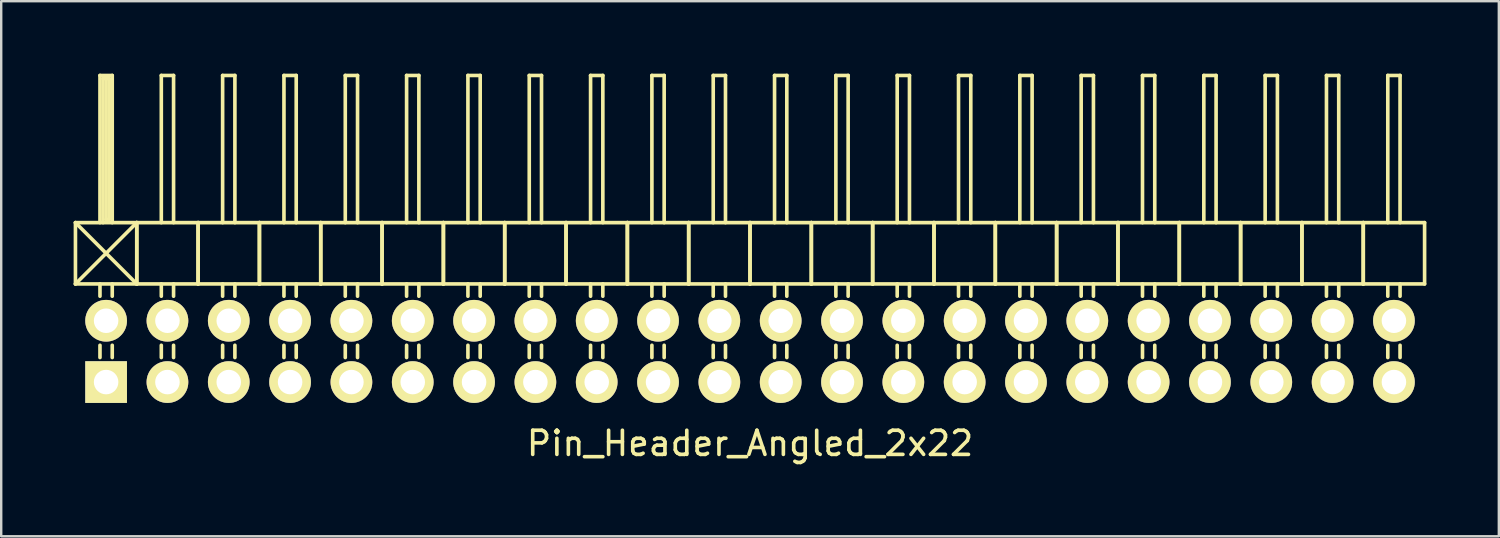
<source format=kicad_pcb>
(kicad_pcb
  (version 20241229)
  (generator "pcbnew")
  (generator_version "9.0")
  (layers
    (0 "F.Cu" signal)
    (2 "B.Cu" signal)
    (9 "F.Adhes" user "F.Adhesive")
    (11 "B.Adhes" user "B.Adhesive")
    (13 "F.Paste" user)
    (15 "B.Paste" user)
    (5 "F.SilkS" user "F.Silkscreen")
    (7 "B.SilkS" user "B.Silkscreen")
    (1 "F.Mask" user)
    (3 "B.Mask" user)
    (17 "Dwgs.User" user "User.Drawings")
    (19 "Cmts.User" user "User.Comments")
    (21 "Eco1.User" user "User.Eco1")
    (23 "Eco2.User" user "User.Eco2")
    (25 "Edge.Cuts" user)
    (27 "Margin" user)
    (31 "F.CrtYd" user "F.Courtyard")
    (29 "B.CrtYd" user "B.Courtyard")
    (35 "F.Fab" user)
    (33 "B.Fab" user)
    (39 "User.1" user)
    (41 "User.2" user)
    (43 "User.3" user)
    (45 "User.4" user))
  (footprint "Pin_Header_Angled_2x22"
    (layer "F.Cu")
    (at 28.015 11.505)
    (property "Reference" "Pin_Header_Angled_2x22" (at 0 3.81 0) (layer "F.SilkS") (effects (font (size 1 1) (thickness 0.15))))
    (attr through_hole)
    (fp_line (start -27.94 -5.334) (end -25.4 -2.794) (stroke (width 0.15) (type solid)) (layer "F.SilkS"))
    (fp_line (start -27.94 -2.794) (end -27.94 -5.334) (stroke (width 0.15) (type solid)) (layer "F.SilkS"))
    (fp_line (start -27.94 -2.794) (end -25.4 -5.334) (stroke (width 0.15) (type solid)) (layer "F.SilkS"))
    (fp_line (start -27.94 -2.794) (end -25.4 -2.794) (stroke (width 0.15) (type solid)) (layer "F.SilkS"))
    (fp_line (start -26.924 -11.43) (end -26.416 -11.43) (stroke (width 0.15) (type solid)) (layer "F.SilkS"))
    (fp_line (start -26.924 -5.334) (end -26.924 -11.43) (stroke (width 0.15) (type solid)) (layer "F.SilkS"))
    (fp_line (start -26.924 -2.794) (end -26.924 -2.286) (stroke (width 0.15) (type solid)) (layer "F.SilkS"))
    (fp_line (start -26.924 -0.254) (end -26.924 0.254) (stroke (width 0.15) (type solid)) (layer "F.SilkS"))
    (fp_line (start -26.797 -11.303) (end -26.543 -11.303) (stroke (width 0.15) (type solid)) (layer "F.SilkS"))
    (fp_line (start -26.797 -5.334) (end -26.797 -11.303) (stroke (width 0.15) (type solid)) (layer "F.SilkS"))
    (fp_line (start -26.67 -5.461) (end -26.67 -11.303) (stroke (width 0.15) (type solid)) (layer "F.SilkS"))
    (fp_line (start -26.543 -11.303) (end -26.543 -5.461) (stroke (width 0.15) (type solid)) (layer "F.SilkS"))
    (fp_line (start -26.543 -5.461) (end -26.67 -5.461) (stroke (width 0.15) (type solid)) (layer "F.SilkS"))
    (fp_line (start -26.416 -11.43) (end -26.416 -5.334) (stroke (width 0.15) (type solid)) (layer "F.SilkS"))
    (fp_line (start -26.416 -2.794) (end -26.416 -2.286) (stroke (width 0.15) (type solid)) (layer "F.SilkS"))
    (fp_line (start -26.416 -0.254) (end -26.416 0.254) (stroke (width 0.15) (type solid)) (layer "F.SilkS"))
    (fp_line (start -25.4 -5.334) (end -27.94 -5.334) (stroke (width 0.15) (type solid)) (layer "F.SilkS"))
    (fp_line (start -25.4 -2.794) (end -25.4 -5.334) (stroke (width 0.15) (type solid)) (layer "F.SilkS"))
    (fp_line (start -25.4 -2.794) (end -25.4 -5.334) (stroke (width 0.15) (type solid)) (layer "F.SilkS"))
    (fp_line (start -25.4 -2.794) (end -22.86 -2.794) (stroke (width 0.15) (type solid)) (layer "F.SilkS"))
    (fp_line (start -24.384 -11.43) (end -23.876 -11.43) (stroke (width 0.15) (type solid)) (layer "F.SilkS"))
    (fp_line (start -24.384 -5.334) (end -24.384 -11.43) (stroke (width 0.15) (type solid)) (layer "F.SilkS"))
    (fp_line (start -24.384 -2.794) (end -24.384 -2.286) (stroke (width 0.15) (type solid)) (layer "F.SilkS"))
    (fp_line (start -24.384 -0.254) (end -24.384 0.254) (stroke (width 0.15) (type solid)) (layer "F.SilkS"))
    (fp_line (start -23.876 -11.43) (end -23.876 -5.334) (stroke (width 0.15) (type solid)) (layer "F.SilkS"))
    (fp_line (start -23.876 -2.794) (end -23.876 -2.286) (stroke (width 0.15) (type solid)) (layer "F.SilkS"))
    (fp_line (start -23.876 -0.254) (end -23.876 0.254) (stroke (width 0.15) (type solid)) (layer "F.SilkS"))
    (fp_line (start -22.86 -5.334) (end -25.4 -5.334) (stroke (width 0.15) (type solid)) (layer "F.SilkS"))
    (fp_line (start -22.86 -2.794) (end -22.86 -5.334) (stroke (width 0.15) (type solid)) (layer "F.SilkS"))
    (fp_line (start -22.86 -2.794) (end -22.86 -5.334) (stroke (width 0.15) (type solid)) (layer "F.SilkS"))
    (fp_line (start -22.86 -2.794) (end -20.32 -2.794) (stroke (width 0.15) (type solid)) (layer "F.SilkS"))
    (fp_line (start -21.844 -11.43) (end -21.336 -11.43) (stroke (width 0.15) (type solid)) (layer "F.SilkS"))
    (fp_line (start -21.844 -5.334) (end -21.844 -11.43) (stroke (width 0.15) (type solid)) (layer "F.SilkS"))
    (fp_line (start -21.844 -2.794) (end -21.844 -2.286) (stroke (width 0.15) (type solid)) (layer "F.SilkS"))
    (fp_line (start -21.844 -0.254) (end -21.844 0.254) (stroke (width 0.15) (type solid)) (layer "F.SilkS"))
    (fp_line (start -21.336 -11.43) (end -21.336 -5.334) (stroke (width 0.15) (type solid)) (layer "F.SilkS"))
    (fp_line (start -21.336 -2.794) (end -21.336 -2.286) (stroke (width 0.15) (type solid)) (layer "F.SilkS"))
    (fp_line (start -21.336 -0.254) (end -21.336 0.254) (stroke (width 0.15) (type solid)) (layer "F.SilkS"))
    (fp_line (start -20.32 -5.334) (end -22.86 -5.334) (stroke (width 0.15) (type solid)) (layer "F.SilkS"))
    (fp_line (start -20.32 -2.794) (end -20.32 -5.334) (stroke (width 0.15) (type solid)) (layer "F.SilkS"))
    (fp_line (start -20.32 -2.794) (end -20.32 -5.334) (stroke (width 0.15) (type solid)) (layer "F.SilkS"))
    (fp_line (start -20.32 -2.794) (end -17.78 -2.794) (stroke (width 0.15) (type solid)) (layer "F.SilkS"))
    (fp_line (start -19.304 -11.43) (end -18.796 -11.43) (stroke (width 0.15) (type solid)) (layer "F.SilkS"))
    (fp_line (start -19.304 -5.334) (end -19.304 -11.43) (stroke (width 0.15) (type solid)) (layer "F.SilkS"))
    (fp_line (start -19.304 -2.794) (end -19.304 -2.286) (stroke (width 0.15) (type solid)) (layer "F.SilkS"))
    (fp_line (start -19.304 -0.254) (end -19.304 0.254) (stroke (width 0.15) (type solid)) (layer "F.SilkS"))
    (fp_line (start -18.796 -11.43) (end -18.796 -5.334) (stroke (width 0.15) (type solid)) (layer "F.SilkS"))
    (fp_line (start -18.796 -2.794) (end -18.796 -2.286) (stroke (width 0.15) (type solid)) (layer "F.SilkS"))
    (fp_line (start -18.796 -0.254) (end -18.796 0.254) (stroke (width 0.15) (type solid)) (layer "F.SilkS"))
    (fp_line (start -17.78 -5.334) (end -20.32 -5.334) (stroke (width 0.15) (type solid)) (layer "F.SilkS"))
    (fp_line (start -17.78 -2.794) (end -17.78 -5.334) (stroke (width 0.15) (type solid)) (layer "F.SilkS"))
    (fp_line (start -17.78 -2.794) (end -17.78 -5.334) (stroke (width 0.15) (type solid)) (layer "F.SilkS"))
    (fp_line (start -17.78 -2.794) (end -15.24 -2.794) (stroke (width 0.15) (type solid)) (layer "F.SilkS"))
    (fp_line (start -16.764 -11.43) (end -16.256 -11.43) (stroke (width 0.15) (type solid)) (layer "F.SilkS"))
    (fp_line (start -16.764 -5.334) (end -16.764 -11.43) (stroke (width 0.15) (type solid)) (layer "F.SilkS"))
    (fp_line (start -16.764 -2.794) (end -16.764 -2.286) (stroke (width 0.15) (type solid)) (layer "F.SilkS"))
    (fp_line (start -16.764 -0.254) (end -16.764 0.254) (stroke (width 0.15) (type solid)) (layer "F.SilkS"))
    (fp_line (start -16.256 -11.43) (end -16.256 -5.334) (stroke (width 0.15) (type solid)) (layer "F.SilkS"))
    (fp_line (start -16.256 -2.794) (end -16.256 -2.286) (stroke (width 0.15) (type solid)) (layer "F.SilkS"))
    (fp_line (start -16.256 -0.254) (end -16.256 0.254) (stroke (width 0.15) (type solid)) (layer "F.SilkS"))
    (fp_line (start -15.24 -5.334) (end -17.78 -5.334) (stroke (width 0.15) (type solid)) (layer "F.SilkS"))
    (fp_line (start -15.24 -2.794) (end -15.24 -5.334) (stroke (width 0.15) (type solid)) (layer "F.SilkS"))
    (fp_line (start -15.24 -2.794) (end -15.24 -5.334) (stroke (width 0.15) (type solid)) (layer "F.SilkS"))
    (fp_line (start -15.24 -2.794) (end -12.7 -2.794) (stroke (width 0.15) (type solid)) (layer "F.SilkS"))
    (fp_line (start -14.224 -11.43) (end -13.716 -11.43) (stroke (width 0.15) (type solid)) (layer "F.SilkS"))
    (fp_line (start -14.224 -5.334) (end -14.224 -11.43) (stroke (width 0.15) (type solid)) (layer "F.SilkS"))
    (fp_line (start -14.224 -2.794) (end -14.224 -2.286) (stroke (width 0.15) (type solid)) (layer "F.SilkS"))
    (fp_line (start -14.224 -0.254) (end -14.224 0.254) (stroke (width 0.15) (type solid)) (layer "F.SilkS"))
    (fp_line (start -13.716 -11.43) (end -13.716 -5.334) (stroke (width 0.15) (type solid)) (layer "F.SilkS"))
    (fp_line (start -13.716 -2.794) (end -13.716 -2.286) (stroke (width 0.15) (type solid)) (layer "F.SilkS"))
    (fp_line (start -13.716 -0.254) (end -13.716 0.254) (stroke (width 0.15) (type solid)) (layer "F.SilkS"))
    (fp_line (start -12.7 -5.334) (end -15.24 -5.334) (stroke (width 0.15) (type solid)) (layer "F.SilkS"))
    (fp_line (start -12.7 -2.794) (end -12.7 -5.334) (stroke (width 0.15) (type solid)) (layer "F.SilkS"))
    (fp_line (start -12.7 -2.794) (end -12.7 -5.334) (stroke (width 0.15) (type solid)) (layer "F.SilkS"))
    (fp_line (start -12.7 -2.794) (end -10.16 -2.794) (stroke (width 0.15) (type solid)) (layer "F.SilkS"))
    (fp_line (start -11.684 -11.43) (end -11.176 -11.43) (stroke (width 0.15) (type solid)) (layer "F.SilkS"))
    (fp_line (start -11.684 -5.334) (end -11.684 -11.43) (stroke (width 0.15) (type solid)) (layer "F.SilkS"))
    (fp_line (start -11.684 -2.794) (end -11.684 -2.286) (stroke (width 0.15) (type solid)) (layer "F.SilkS"))
    (fp_line (start -11.684 -0.254) (end -11.684 0.254) (stroke (width 0.15) (type solid)) (layer "F.SilkS"))
    (fp_line (start -11.176 -11.43) (end -11.176 -5.334) (stroke (width 0.15) (type solid)) (layer "F.SilkS"))
    (fp_line (start -11.176 -2.794) (end -11.176 -2.286) (stroke (width 0.15) (type solid)) (layer "F.SilkS"))
    (fp_line (start -11.176 -0.254) (end -11.176 0.254) (stroke (width 0.15) (type solid)) (layer "F.SilkS"))
    (fp_line (start -10.16 -5.334) (end -12.7 -5.334) (stroke (width 0.15) (type solid)) (layer "F.SilkS"))
    (fp_line (start -10.16 -2.794) (end -10.16 -5.334) (stroke (width 0.15) (type solid)) (layer "F.SilkS"))
    (fp_line (start -10.16 -2.794) (end -10.16 -5.334) (stroke (width 0.15) (type solid)) (layer "F.SilkS"))
    (fp_line (start -10.16 -2.794) (end -7.62 -2.794) (stroke (width 0.15) (type solid)) (layer "F.SilkS"))
    (fp_line (start -9.144 -11.43) (end -8.636 -11.43) (stroke (width 0.15) (type solid)) (layer "F.SilkS"))
    (fp_line (start -9.144 -5.334) (end -9.144 -11.43) (stroke (width 0.15) (type solid)) (layer "F.SilkS"))
    (fp_line (start -9.144 -2.794) (end -9.144 -2.286) (stroke (width 0.15) (type solid)) (layer "F.SilkS"))
    (fp_line (start -9.144 -0.254) (end -9.144 0.254) (stroke (width 0.15) (type solid)) (layer "F.SilkS"))
    (fp_line (start -8.636 -11.43) (end -8.636 -5.334) (stroke (width 0.15) (type solid)) (layer "F.SilkS"))
    (fp_line (start -8.636 -2.794) (end -8.636 -2.286) (stroke (width 0.15) (type solid)) (layer "F.SilkS"))
    (fp_line (start -8.636 -0.254) (end -8.636 0.254) (stroke (width 0.15) (type solid)) (layer "F.SilkS"))
    (fp_line (start -7.62 -5.334) (end -10.16 -5.334) (stroke (width 0.15) (type solid)) (layer "F.SilkS"))
    (fp_line (start -7.62 -2.794) (end -7.62 -5.334) (stroke (width 0.15) (type solid)) (layer "F.SilkS"))
    (fp_line (start -7.62 -2.794) (end -7.62 -5.334) (stroke (width 0.15) (type solid)) (layer "F.SilkS"))
    (fp_line (start -7.62 -2.794) (end -5.08 -2.794) (stroke (width 0.15) (type solid)) (layer "F.SilkS"))
    (fp_line (start -6.604 -11.43) (end -6.096 -11.43) (stroke (width 0.15) (type solid)) (layer "F.SilkS"))
    (fp_line (start -6.604 -5.334) (end -6.604 -11.43) (stroke (width 0.15) (type solid)) (layer "F.SilkS"))
    (fp_line (start -6.604 -2.794) (end -6.604 -2.286) (stroke (width 0.15) (type solid)) (layer "F.SilkS"))
    (fp_line (start -6.604 -0.254) (end -6.604 0.254) (stroke (width 0.15) (type solid)) (layer "F.SilkS"))
    (fp_line (start -6.096 -11.43) (end -6.096 -5.334) (stroke (width 0.15) (type solid)) (layer "F.SilkS"))
    (fp_line (start -6.096 -2.794) (end -6.096 -2.286) (stroke (width 0.15) (type solid)) (layer "F.SilkS"))
    (fp_line (start -6.096 -0.254) (end -6.096 0.254) (stroke (width 0.15) (type solid)) (layer "F.SilkS"))
    (fp_line (start -5.08 -5.334) (end -7.62 -5.334) (stroke (width 0.15) (type solid)) (layer "F.SilkS"))
    (fp_line (start -5.08 -2.794) (end -5.08 -5.334) (stroke (width 0.15) (type solid)) (layer "F.SilkS"))
    (fp_line (start -5.08 -2.794) (end -5.08 -5.334) (stroke (width 0.15) (type solid)) (layer "F.SilkS"))
    (fp_line (start -5.08 -2.794) (end -2.54 -2.794) (stroke (width 0.15) (type solid)) (layer "F.SilkS"))
    (fp_line (start -4.064 -11.43) (end -3.556 -11.43) (stroke (width 0.15) (type solid)) (layer "F.SilkS"))
    (fp_line (start -4.064 -5.334) (end -4.064 -11.43) (stroke (width 0.15) (type solid)) (layer "F.SilkS"))
    (fp_line (start -4.064 -2.794) (end -4.064 -2.286) (stroke (width 0.15) (type solid)) (layer "F.SilkS"))
    (fp_line (start -4.064 -0.254) (end -4.064 0.254) (stroke (width 0.15) (type solid)) (layer "F.SilkS"))
    (fp_line (start -3.556 -11.43) (end -3.556 -5.334) (stroke (width 0.15) (type solid)) (layer "F.SilkS"))
    (fp_line (start -3.556 -2.794) (end -3.556 -2.286) (stroke (width 0.15) (type solid)) (layer "F.SilkS"))
    (fp_line (start -3.556 -0.254) (end -3.556 0.254) (stroke (width 0.15) (type solid)) (layer "F.SilkS"))
    (fp_line (start -2.54 -5.334) (end -5.08 -5.334) (stroke (width 0.15) (type solid)) (layer "F.SilkS"))
    (fp_line (start -2.54 -2.794) (end -2.54 -5.334) (stroke (width 0.15) (type solid)) (layer "F.SilkS"))
    (fp_line (start -2.54 -2.794) (end -2.54 -5.334) (stroke (width 0.15) (type solid)) (layer "F.SilkS"))
    (fp_line (start -2.54 -2.794) (end 0 -2.794) (stroke (width 0.15) (type solid)) (layer "F.SilkS"))
    (fp_line (start -1.524 -11.43) (end -1.016 -11.43) (stroke (width 0.15) (type solid)) (layer "F.SilkS"))
    (fp_line (start -1.524 -5.334) (end -1.524 -11.43) (stroke (width 0.15) (type solid)) (layer "F.SilkS"))
    (fp_line (start -1.524 -2.794) (end -1.524 -2.286) (stroke (width 0.15) (type solid)) (layer "F.SilkS"))
    (fp_line (start -1.524 -0.254) (end -1.524 0.254) (stroke (width 0.15) (type solid)) (layer "F.SilkS"))
    (fp_line (start -1.016 -11.43) (end -1.016 -5.334) (stroke (width 0.15) (type solid)) (layer "F.SilkS"))
    (fp_line (start -1.016 -2.794) (end -1.016 -2.286) (stroke (width 0.15) (type solid)) (layer "F.SilkS"))
    (fp_line (start -1.016 -0.254) (end -1.016 0.254) (stroke (width 0.15) (type solid)) (layer "F.SilkS"))
    (fp_line (start 0 -5.334) (end -2.54 -5.334) (stroke (width 0.15) (type solid)) (layer "F.SilkS"))
    (fp_line (start 0 -2.794) (end 0 -5.334) (stroke (width 0.15) (type solid)) (layer "F.SilkS"))
    (fp_line (start 0 -2.794) (end 0 -5.334) (stroke (width 0.15) (type solid)) (layer "F.SilkS"))
    (fp_line (start 0 -2.794) (end 2.54 -2.794) (stroke (width 0.15) (type solid)) (layer "F.SilkS"))
    (fp_line (start 1.016 -11.43) (end 1.524 -11.43) (stroke (width 0.15) (type solid)) (layer "F.SilkS"))
    (fp_line (start 1.016 -5.334) (end 1.016 -11.43) (stroke (width 0.15) (type solid)) (layer "F.SilkS"))
    (fp_line (start 1.016 -2.794) (end 1.016 -2.286) (stroke (width 0.15) (type solid)) (layer "F.SilkS"))
    (fp_line (start 1.016 -0.254) (end 1.016 0.254) (stroke (width 0.15) (type solid)) (layer "F.SilkS"))
    (fp_line (start 1.524 -11.43) (end 1.524 -5.334) (stroke (width 0.15) (type solid)) (layer "F.SilkS"))
    (fp_line (start 1.524 -2.794) (end 1.524 -2.286) (stroke (width 0.15) (type solid)) (layer "F.SilkS"))
    (fp_line (start 1.524 -0.254) (end 1.524 0.254) (stroke (width 0.15) (type solid)) (layer "F.SilkS"))
    (fp_line (start 2.54 -5.334) (end 0 -5.334) (stroke (width 0.15) (type solid)) (layer "F.SilkS"))
    (fp_line (start 2.54 -2.794) (end 2.54 -5.334) (stroke (width 0.15) (type solid)) (layer "F.SilkS"))
    (fp_line (start 2.54 -2.794) (end 2.54 -5.334) (stroke (width 0.15) (type solid)) (layer "F.SilkS"))
    (fp_line (start 2.54 -2.794) (end 5.08 -2.794) (stroke (width 0.15) (type solid)) (layer "F.SilkS"))
    (fp_line (start 3.556 -11.43) (end 4.064 -11.43) (stroke (width 0.15) (type solid)) (layer "F.SilkS"))
    (fp_line (start 3.556 -5.334) (end 3.556 -11.43) (stroke (width 0.15) (type solid)) (layer "F.SilkS"))
    (fp_line (start 3.556 -2.794) (end 3.556 -2.286) (stroke (width 0.15) (type solid)) (layer "F.SilkS"))
    (fp_line (start 3.556 -0.254) (end 3.556 0.254) (stroke (width 0.15) (type solid)) (layer "F.SilkS"))
    (fp_line (start 4.064 -11.43) (end 4.064 -5.334) (stroke (width 0.15) (type solid)) (layer "F.SilkS"))
    (fp_line (start 4.064 -2.794) (end 4.064 -2.286) (stroke (width 0.15) (type solid)) (layer "F.SilkS"))
    (fp_line (start 4.064 -0.254) (end 4.064 0.254) (stroke (width 0.15) (type solid)) (layer "F.SilkS"))
    (fp_line (start 5.08 -5.334) (end 2.54 -5.334) (stroke (width 0.15) (type solid)) (layer "F.SilkS"))
    (fp_line (start 5.08 -2.794) (end 5.08 -5.334) (stroke (width 0.15) (type solid)) (layer "F.SilkS"))
    (fp_line (start 5.08 -2.794) (end 5.08 -5.334) (stroke (width 0.15) (type solid)) (layer "F.SilkS"))
    (fp_line (start 5.08 -2.794) (end 7.62 -2.794) (stroke (width 0.15) (type solid)) (layer "F.SilkS"))
    (fp_line (start 6.096 -11.43) (end 6.604 -11.43) (stroke (width 0.15) (type solid)) (layer "F.SilkS"))
    (fp_line (start 6.096 -5.334) (end 6.096 -11.43) (stroke (width 0.15) (type solid)) (layer "F.SilkS"))
    (fp_line (start 6.096 -2.794) (end 6.096 -2.286) (stroke (width 0.15) (type solid)) (layer "F.SilkS"))
    (fp_line (start 6.096 -0.254) (end 6.096 0.254) (stroke (width 0.15) (type solid)) (layer "F.SilkS"))
    (fp_line (start 6.604 -11.43) (end 6.604 -5.334) (stroke (width 0.15) (type solid)) (layer "F.SilkS"))
    (fp_line (start 6.604 -2.794) (end 6.604 -2.286) (stroke (width 0.15) (type solid)) (layer "F.SilkS"))
    (fp_line (start 6.604 -0.254) (end 6.604 0.254) (stroke (width 0.15) (type solid)) (layer "F.SilkS"))
    (fp_line (start 7.62 -5.334) (end 5.08 -5.334) (stroke (width 0.15) (type solid)) (layer "F.SilkS"))
    (fp_line (start 7.62 -2.794) (end 7.62 -5.334) (stroke (width 0.15) (type solid)) (layer "F.SilkS"))
    (fp_line (start 7.62 -2.794) (end 7.62 -5.334) (stroke (width 0.15) (type solid)) (layer "F.SilkS"))
    (fp_line (start 7.62 -2.794) (end 10.16 -2.794) (stroke (width 0.15) (type solid)) (layer "F.SilkS"))
    (fp_line (start 8.636 -11.43) (end 9.144 -11.43) (stroke (width 0.15) (type solid)) (layer "F.SilkS"))
    (fp_line (start 8.636 -5.334) (end 8.636 -11.43) (stroke (width 0.15) (type solid)) (layer "F.SilkS"))
    (fp_line (start 8.636 -2.794) (end 8.636 -2.286) (stroke (width 0.15) (type solid)) (layer "F.SilkS"))
    (fp_line (start 8.636 -0.254) (end 8.636 0.254) (stroke (width 0.15) (type solid)) (layer "F.SilkS"))
    (fp_line (start 9.144 -11.43) (end 9.144 -5.334) (stroke (width 0.15) (type solid)) (layer "F.SilkS"))
    (fp_line (start 9.144 -2.794) (end 9.144 -2.286) (stroke (width 0.15) (type solid)) (layer "F.SilkS"))
    (fp_line (start 9.144 -0.254) (end 9.144 0.254) (stroke (width 0.15) (type solid)) (layer "F.SilkS"))
    (fp_line (start 10.16 -5.334) (end 7.62 -5.334) (stroke (width 0.15) (type solid)) (layer "F.SilkS"))
    (fp_line (start 10.16 -2.794) (end 10.16 -5.334) (stroke (width 0.15) (type solid)) (layer "F.SilkS"))
    (fp_line (start 10.16 -2.794) (end 10.16 -5.334) (stroke (width 0.15) (type solid)) (layer "F.SilkS"))
    (fp_line (start 10.16 -2.794) (end 12.7 -2.794) (stroke (width 0.15) (type solid)) (layer "F.SilkS"))
    (fp_line (start 11.176 -11.43) (end 11.684 -11.43) (stroke (width 0.15) (type solid)) (layer "F.SilkS"))
    (fp_line (start 11.176 -5.334) (end 11.176 -11.43) (stroke (width 0.15) (type solid)) (layer "F.SilkS"))
    (fp_line (start 11.176 -2.794) (end 11.176 -2.286) (stroke (width 0.15) (type solid)) (layer "F.SilkS"))
    (fp_line (start 11.176 -0.254) (end 11.176 0.254) (stroke (width 0.15) (type solid)) (layer "F.SilkS"))
    (fp_line (start 11.684 -11.43) (end 11.684 -5.334) (stroke (width 0.15) (type solid)) (layer "F.SilkS"))
    (fp_line (start 11.684 -2.794) (end 11.684 -2.286) (stroke (width 0.15) (type solid)) (layer "F.SilkS"))
    (fp_line (start 11.684 -0.254) (end 11.684 0.254) (stroke (width 0.15) (type solid)) (layer "F.SilkS"))
    (fp_line (start 12.7 -5.334) (end 10.16 -5.334) (stroke (width 0.15) (type solid)) (layer "F.SilkS"))
    (fp_line (start 12.7 -2.794) (end 12.7 -5.334) (stroke (width 0.15) (type solid)) (layer "F.SilkS"))
    (fp_line (start 12.7 -2.794) (end 12.7 -5.334) (stroke (width 0.15) (type solid)) (layer "F.SilkS"))
    (fp_line (start 12.7 -2.794) (end 15.24 -2.794) (stroke (width 0.15) (type solid)) (layer "F.SilkS"))
    (fp_line (start 13.716 -11.43) (end 14.224 -11.43) (stroke (width 0.15) (type solid)) (layer "F.SilkS"))
    (fp_line (start 13.716 -5.334) (end 13.716 -11.43) (stroke (width 0.15) (type solid)) (layer "F.SilkS"))
    (fp_line (start 13.716 -2.794) (end 13.716 -2.286) (stroke (width 0.15) (type solid)) (layer "F.SilkS"))
    (fp_line (start 13.716 -0.254) (end 13.716 0.254) (stroke (width 0.15) (type solid)) (layer "F.SilkS"))
    (fp_line (start 14.224 -11.43) (end 14.224 -5.334) (stroke (width 0.15) (type solid)) (layer "F.SilkS"))
    (fp_line (start 14.224 -2.794) (end 14.224 -2.286) (stroke (width 0.15) (type solid)) (layer "F.SilkS"))
    (fp_line (start 14.224 -0.254) (end 14.224 0.254) (stroke (width 0.15) (type solid)) (layer "F.SilkS"))
    (fp_line (start 15.24 -5.334) (end 12.7 -5.334) (stroke (width 0.15) (type solid)) (layer "F.SilkS"))
    (fp_line (start 15.24 -2.794) (end 15.24 -5.334) (stroke (width 0.15) (type solid)) (layer "F.SilkS"))
    (fp_line (start 15.24 -2.794) (end 15.24 -5.334) (stroke (width 0.15) (type solid)) (layer "F.SilkS"))
    (fp_line (start 15.24 -2.794) (end 17.78 -2.794) (stroke (width 0.15) (type solid)) (layer "F.SilkS"))
    (fp_line (start 16.256 -11.43) (end 16.764 -11.43) (stroke (width 0.15) (type solid)) (layer "F.SilkS"))
    (fp_line (start 16.256 -5.334) (end 16.256 -11.43) (stroke (width 0.15) (type solid)) (layer "F.SilkS"))
    (fp_line (start 16.256 -2.794) (end 16.256 -2.286) (stroke (width 0.15) (type solid)) (layer "F.SilkS"))
    (fp_line (start 16.256 -0.254) (end 16.256 0.254) (stroke (width 0.15) (type solid)) (layer "F.SilkS"))
    (fp_line (start 16.764 -11.43) (end 16.764 -5.334) (stroke (width 0.15) (type solid)) (layer "F.SilkS"))
    (fp_line (start 16.764 -2.794) (end 16.764 -2.286) (stroke (width 0.15) (type solid)) (layer "F.SilkS"))
    (fp_line (start 16.764 -0.254) (end 16.764 0.254) (stroke (width 0.15) (type solid)) (layer "F.SilkS"))
    (fp_line (start 17.78 -5.334) (end 15.24 -5.334) (stroke (width 0.15) (type solid)) (layer "F.SilkS"))
    (fp_line (start 17.78 -2.794) (end 17.78 -5.334) (stroke (width 0.15) (type solid)) (layer "F.SilkS"))
    (fp_line (start 17.78 -2.794) (end 17.78 -5.334) (stroke (width 0.15) (type solid)) (layer "F.SilkS"))
    (fp_line (start 17.78 -2.794) (end 20.32 -2.794) (stroke (width 0.15) (type solid)) (layer "F.SilkS"))
    (fp_line (start 18.796 -11.43) (end 19.304 -11.43) (stroke (width 0.15) (type solid)) (layer "F.SilkS"))
    (fp_line (start 18.796 -5.334) (end 18.796 -11.43) (stroke (width 0.15) (type solid)) (layer "F.SilkS"))
    (fp_line (start 18.796 -2.794) (end 18.796 -2.286) (stroke (width 0.15) (type solid)) (layer "F.SilkS"))
    (fp_line (start 18.796 -0.254) (end 18.796 0.254) (stroke (width 0.15) (type solid)) (layer "F.SilkS"))
    (fp_line (start 19.304 -11.43) (end 19.304 -5.334) (stroke (width 0.15) (type solid)) (layer "F.SilkS"))
    (fp_line (start 19.304 -2.794) (end 19.304 -2.286) (stroke (width 0.15) (type solid)) (layer "F.SilkS"))
    (fp_line (start 19.304 -0.254) (end 19.304 0.254) (stroke (width 0.15) (type solid)) (layer "F.SilkS"))
    (fp_line (start 20.32 -5.334) (end 17.78 -5.334) (stroke (width 0.15) (type solid)) (layer "F.SilkS"))
    (fp_line (start 20.32 -2.794) (end 20.32 -5.334) (stroke (width 0.15) (type solid)) (layer "F.SilkS"))
    (fp_line (start 20.32 -2.794) (end 20.32 -5.334) (stroke (width 0.15) (type solid)) (layer "F.SilkS"))
    (fp_line (start 20.32 -2.794) (end 22.86 -2.794) (stroke (width 0.15) (type solid)) (layer "F.SilkS"))
    (fp_line (start 21.336 -11.43) (end 21.844 -11.43) (stroke (width 0.15) (type solid)) (layer "F.SilkS"))
    (fp_line (start 21.336 -5.334) (end 21.336 -11.43) (stroke (width 0.15) (type solid)) (layer "F.SilkS"))
    (fp_line (start 21.336 -2.794) (end 21.336 -2.286) (stroke (width 0.15) (type solid)) (layer "F.SilkS"))
    (fp_line (start 21.336 -0.254) (end 21.336 0.254) (stroke (width 0.15) (type solid)) (layer "F.SilkS"))
    (fp_line (start 21.844 -11.43) (end 21.844 -5.334) (stroke (width 0.15) (type solid)) (layer "F.SilkS"))
    (fp_line (start 21.844 -2.794) (end 21.844 -2.286) (stroke (width 0.15) (type solid)) (layer "F.SilkS"))
    (fp_line (start 21.844 -0.254) (end 21.844 0.254) (stroke (width 0.15) (type solid)) (layer "F.SilkS"))
    (fp_line (start 22.86 -5.334) (end 20.32 -5.334) (stroke (width 0.15) (type solid)) (layer "F.SilkS"))
    (fp_line (start 22.86 -2.794) (end 22.86 -5.334) (stroke (width 0.15) (type solid)) (layer "F.SilkS"))
    (fp_line (start 22.86 -2.794) (end 22.86 -5.334) (stroke (width 0.15) (type solid)) (layer "F.SilkS"))
    (fp_line (start 22.86 -2.794) (end 25.4 -2.794) (stroke (width 0.15) (type solid)) (layer "F.SilkS"))
    (fp_line (start 23.876 -11.43) (end 24.384 -11.43) (stroke (width 0.15) (type solid)) (layer "F.SilkS"))
    (fp_line (start 23.876 -5.334) (end 23.876 -11.43) (stroke (width 0.15) (type solid)) (layer "F.SilkS"))
    (fp_line (start 23.876 -2.794) (end 23.876 -2.286) (stroke (width 0.15) (type solid)) (layer "F.SilkS"))
    (fp_line (start 23.876 -0.254) (end 23.876 0.254) (stroke (width 0.15) (type solid)) (layer "F.SilkS"))
    (fp_line (start 24.384 -11.43) (end 24.384 -5.334) (stroke (width 0.15) (type solid)) (layer "F.SilkS"))
    (fp_line (start 24.384 -2.794) (end 24.384 -2.286) (stroke (width 0.15) (type solid)) (layer "F.SilkS"))
    (fp_line (start 24.384 -0.254) (end 24.384 0.254) (stroke (width 0.15) (type solid)) (layer "F.SilkS"))
    (fp_line (start 25.4 -5.334) (end 22.86 -5.334) (stroke (width 0.15) (type solid)) (layer "F.SilkS"))
    (fp_line (start 25.4 -2.794) (end 25.4 -5.334) (stroke (width 0.15) (type solid)) (layer "F.SilkS"))
    (fp_line (start 25.4 -2.794) (end 25.4 -5.334) (stroke (width 0.15) (type solid)) (layer "F.SilkS"))
    (fp_line (start 25.4 -2.794) (end 27.94 -2.794) (stroke (width 0.15) (type solid)) (layer "F.SilkS"))
    (fp_line (start 26.416 -11.43) (end 26.924 -11.43) (stroke (width 0.15) (type solid)) (layer "F.SilkS"))
    (fp_line (start 26.416 -5.334) (end 26.416 -11.43) (stroke (width 0.15) (type solid)) (layer "F.SilkS"))
    (fp_line (start 26.416 -2.794) (end 26.416 -2.286) (stroke (width 0.15) (type solid)) (layer "F.SilkS"))
    (fp_line (start 26.416 -0.254) (end 26.416 0.254) (stroke (width 0.15) (type solid)) (layer "F.SilkS"))
    (fp_line (start 26.924 -11.43) (end 26.924 -5.334) (stroke (width 0.15) (type solid)) (layer "F.SilkS"))
    (fp_line (start 26.924 -2.794) (end 26.924 -2.286) (stroke (width 0.15) (type solid)) (layer "F.SilkS"))
    (fp_line (start 26.924 -0.254) (end 26.924 0.254) (stroke (width 0.15) (type solid)) (layer "F.SilkS"))
    (fp_line (start 27.94 -5.334) (end 25.4 -5.334) (stroke (width 0.15) (type solid)) (layer "F.SilkS"))
    (fp_line (start 27.94 -2.794) (end 27.94 -5.334) (stroke (width 0.15) (type solid)) (layer "F.SilkS"))
    (pad "1" thru_hole rect (at -26.67 1.27) (size 1.727 1.727) (drill 1.016) (layers "*.Cu" "*.Mask" "F.SilkS"))
    (pad "2" thru_hole oval (at -26.67 -1.27) (size 1.727 1.727) (drill 1.016) (layers "*.Cu" "*.Mask" "F.SilkS"))
    (pad "3" thru_hole oval (at -24.13 1.27) (size 1.727 1.727) (drill 1.016) (layers "*.Cu" "*.Mask" "F.SilkS"))
    (pad "4" thru_hole oval (at -24.13 -1.27) (size 1.727 1.727) (drill 1.016) (layers "*.Cu" "*.Mask" "F.SilkS"))
    (pad "5" thru_hole oval (at -21.59 1.27) (size 1.727 1.727) (drill 1.016) (layers "*.Cu" "*.Mask" "F.SilkS"))
    (pad "6" thru_hole oval (at -21.59 -1.27) (size 1.727 1.727) (drill 1.016) (layers "*.Cu" "*.Mask" "F.SilkS"))
    (pad "7" thru_hole oval (at -19.05 1.27) (size 1.727 1.727) (drill 1.016) (layers "*.Cu" "*.Mask" "F.SilkS"))
    (pad "8" thru_hole oval (at -19.05 -1.27) (size 1.727 1.727) (drill 1.016) (layers "*.Cu" "*.Mask" "F.SilkS"))
    (pad "9" thru_hole oval (at -16.51 1.27) (size 1.727 1.727) (drill 1.016) (layers "*.Cu" "*.Mask" "F.SilkS"))
    (pad "10" thru_hole oval (at -16.51 -1.27) (size 1.727 1.727) (drill 1.016) (layers "*.Cu" "*.Mask" "F.SilkS"))
    (pad "11" thru_hole oval (at -13.97 1.27) (size 1.727 1.727) (drill 1.016) (layers "*.Cu" "*.Mask" "F.SilkS"))
    (pad "12" thru_hole oval (at -13.97 -1.27) (size 1.727 1.727) (drill 1.016) (layers "*.Cu" "*.Mask" "F.SilkS"))
    (pad "13" thru_hole oval (at -11.43 1.27) (size 1.727 1.727) (drill 1.016) (layers "*.Cu" "*.Mask" "F.SilkS"))
    (pad "14" thru_hole oval (at -11.43 -1.27) (size 1.727 1.727) (drill 1.016) (layers "*.Cu" "*.Mask" "F.SilkS"))
    (pad "15" thru_hole oval (at -8.89 1.27) (size 1.727 1.727) (drill 1.016) (layers "*.Cu" "*.Mask" "F.SilkS"))
    (pad "16" thru_hole oval (at -8.89 -1.27) (size 1.727 1.727) (drill 1.016) (layers "*.Cu" "*.Mask" "F.SilkS"))
    (pad "17" thru_hole oval (at -6.35 1.27) (size 1.727 1.727) (drill 1.016) (layers "*.Cu" "*.Mask" "F.SilkS"))
    (pad "18" thru_hole oval (at -6.35 -1.27) (size 1.727 1.727) (drill 1.016) (layers "*.Cu" "*.Mask" "F.SilkS"))
    (pad "19" thru_hole oval (at -3.81 1.27) (size 1.727 1.727) (drill 1.016) (layers "*.Cu" "*.Mask" "F.SilkS"))
    (pad "20" thru_hole oval (at -3.81 -1.27) (size 1.727 1.727) (drill 1.016) (layers "*.Cu" "*.Mask" "F.SilkS"))
    (pad "21" thru_hole oval (at -1.27 1.27) (size 1.727 1.727) (drill 1.016) (layers "*.Cu" "*.Mask" "F.SilkS"))
    (pad "22" thru_hole oval (at -1.27 -1.27) (size 1.727 1.727) (drill 1.016) (layers "*.Cu" "*.Mask" "F.SilkS"))
    (pad "23" thru_hole oval (at 1.27 1.27) (size 1.727 1.727) (drill 1.016) (layers "*.Cu" "*.Mask" "F.SilkS"))
    (pad "24" thru_hole oval (at 1.27 -1.27) (size 1.727 1.727) (drill 1.016) (layers "*.Cu" "*.Mask" "F.SilkS"))
    (pad "25" thru_hole oval (at 3.81 1.27) (size 1.727 1.727) (drill 1.016) (layers "*.Cu" "*.Mask" "F.SilkS"))
    (pad "26" thru_hole oval (at 3.81 -1.27) (size 1.727 1.727) (drill 1.016) (layers "*.Cu" "*.Mask" "F.SilkS"))
    (pad "27" thru_hole oval (at 6.35 1.27) (size 1.727 1.727) (drill 1.016) (layers "*.Cu" "*.Mask" "F.SilkS"))
    (pad "28" thru_hole oval (at 6.35 -1.27) (size 1.727 1.727) (drill 1.016) (layers "*.Cu" "*.Mask" "F.SilkS"))
    (pad "29" thru_hole oval (at 8.89 1.27) (size 1.727 1.727) (drill 1.016) (layers "*.Cu" "*.Mask" "F.SilkS"))
    (pad "30" thru_hole oval (at 8.89 -1.27) (size 1.727 1.727) (drill 1.016) (layers "*.Cu" "*.Mask" "F.SilkS"))
    (pad "31" thru_hole oval (at 11.43 1.27) (size 1.727 1.727) (drill 1.016) (layers "*.Cu" "*.Mask" "F.SilkS"))
    (pad "32" thru_hole oval (at 11.43 -1.27) (size 1.727 1.727) (drill 1.016) (layers "*.Cu" "*.Mask" "F.SilkS"))
    (pad "33" thru_hole oval (at 13.97 1.27) (size 1.727 1.727) (drill 1.016) (layers "*.Cu" "*.Mask" "F.SilkS"))
    (pad "34" thru_hole oval (at 13.97 -1.27) (size 1.727 1.727) (drill 1.016) (layers "*.Cu" "*.Mask" "F.SilkS"))
    (pad "35" thru_hole oval (at 16.51 1.27) (size 1.727 1.727) (drill 1.016) (layers "*.Cu" "*.Mask" "F.SilkS"))
    (pad "36" thru_hole oval (at 16.51 -1.27) (size 1.727 1.727) (drill 1.016) (layers "*.Cu" "*.Mask" "F.SilkS"))
    (pad "37" thru_hole oval (at 19.05 1.27) (size 1.727 1.727) (drill 1.016) (layers "*.Cu" "*.Mask" "F.SilkS"))
    (pad "38" thru_hole oval (at 19.05 -1.27) (size 1.727 1.727) (drill 1.016) (layers "*.Cu" "*.Mask" "F.SilkS"))
    (pad "39" thru_hole oval (at 21.59 1.27) (size 1.727 1.727) (drill 1.016) (layers "*.Cu" "*.Mask" "F.SilkS"))
    (pad "40" thru_hole oval (at 21.59 -1.27) (size 1.727 1.727) (drill 1.016) (layers "*.Cu" "*.Mask" "F.SilkS"))
    (pad "41" thru_hole oval (at 24.13 1.27) (size 1.727 1.727) (drill 1.016) (layers "*.Cu" "*.Mask" "F.SilkS"))
    (pad "42" thru_hole oval (at 24.13 -1.27) (size 1.727 1.727) (drill 1.016) (layers "*.Cu" "*.Mask" "F.SilkS"))
    (pad "43" thru_hole oval (at 26.67 1.27) (size 1.727 1.727) (drill 1.016) (layers "*.Cu" "*.Mask" "F.SilkS"))
    (pad "44" thru_hole oval (at 26.67 -1.27) (size 1.727 1.727) (drill 1.016) (layers "*.Cu" "*.Mask" "F.SilkS")))
  (gr_rect
    (start -3 -3)
    (end 59.03 19.163)
    (stroke (width 0.1) (type default))
    (fill no)
    (layer "Edge.Cuts")))
</source>
